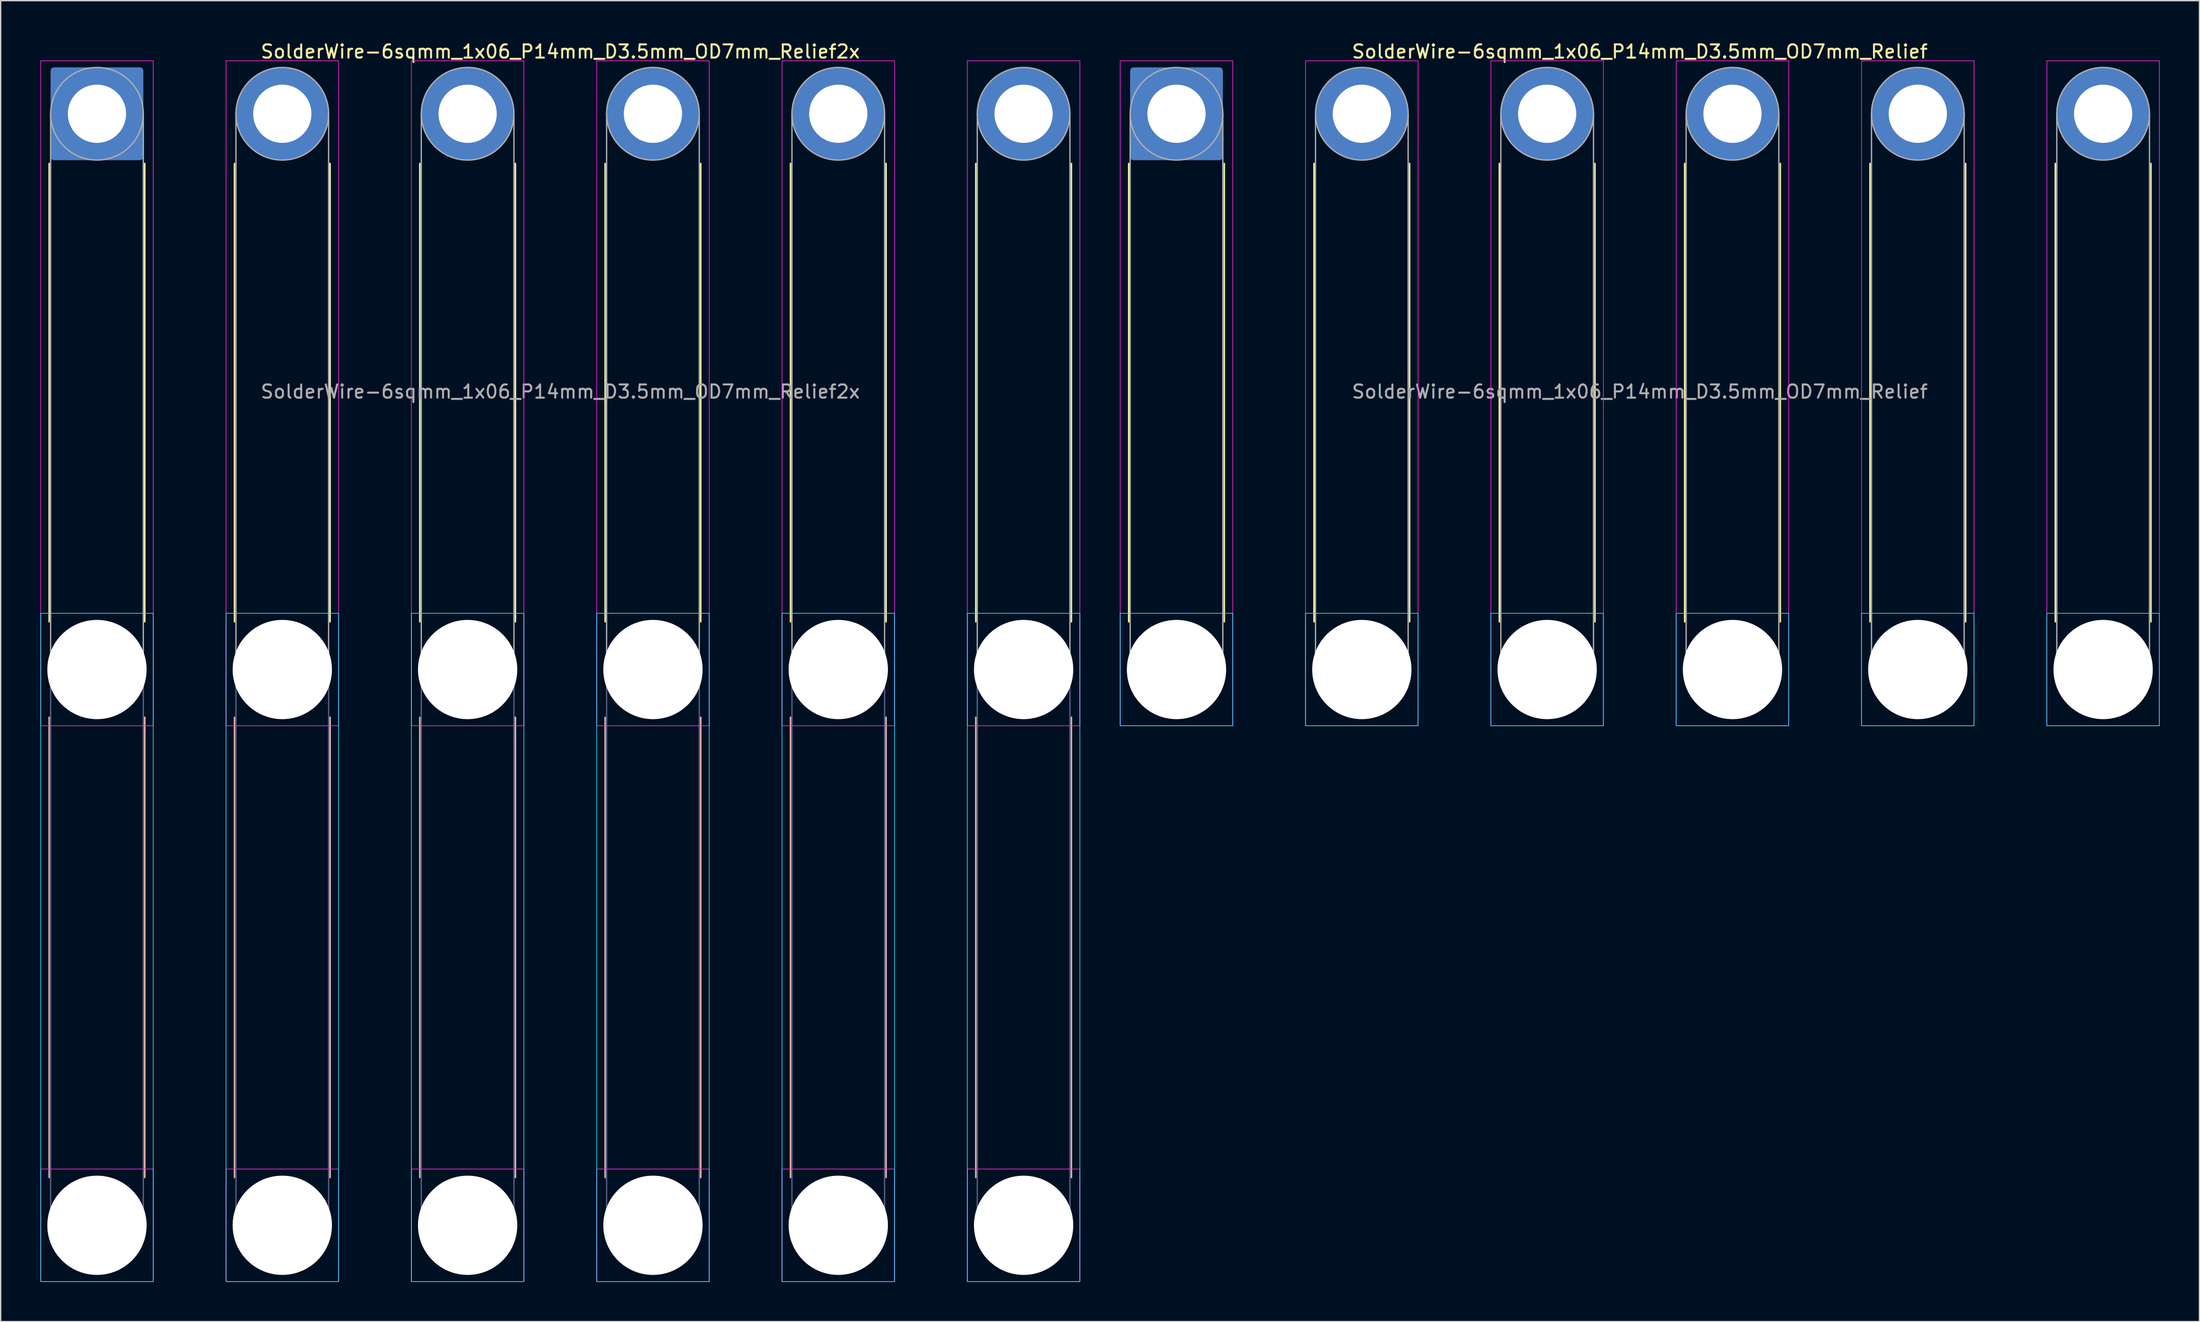
<source format=kicad_pcb>
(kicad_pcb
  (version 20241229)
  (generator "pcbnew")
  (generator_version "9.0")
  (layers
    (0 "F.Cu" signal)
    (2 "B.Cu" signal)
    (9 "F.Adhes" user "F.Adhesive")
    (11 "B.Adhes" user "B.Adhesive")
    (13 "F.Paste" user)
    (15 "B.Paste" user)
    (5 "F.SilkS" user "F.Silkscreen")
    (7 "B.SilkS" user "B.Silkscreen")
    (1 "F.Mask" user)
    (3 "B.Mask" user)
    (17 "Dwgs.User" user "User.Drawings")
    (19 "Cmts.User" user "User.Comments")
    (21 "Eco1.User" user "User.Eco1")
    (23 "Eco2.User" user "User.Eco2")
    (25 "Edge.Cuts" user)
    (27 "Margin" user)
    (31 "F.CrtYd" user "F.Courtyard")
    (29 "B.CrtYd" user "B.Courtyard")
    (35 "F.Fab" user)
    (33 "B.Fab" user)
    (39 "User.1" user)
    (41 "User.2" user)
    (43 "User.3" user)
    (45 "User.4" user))
  (footprint "SolderWire-6sqmm_1x06_P14mm_D3.5mm_OD7mm_Relief"
    (layer "F.Cu")
    (at 85.825 5.548)
    (property "Reference" "SolderWire-6sqmm_1x06_P14mm_D3.5mm_OD7mm_Relief" (at 35 -4.7 0) (layer "F.SilkS") (effects (font (size 1 1) (thickness 0.15))))
    (attr exclude_from_pos_files exclude_from_bom)
    (fp_line (start -3.61 3.76) (end -3.61 38.39) (stroke (width 0.12) (type solid)) (layer "F.SilkS"))
    (fp_line (start 3.61 3.76) (end 3.61 38.39) (stroke (width 0.12) (type solid)) (layer "F.SilkS"))
    (fp_line (start 10.39 3.76) (end 10.39 38.39) (stroke (width 0.12) (type solid)) (layer "F.SilkS"))
    (fp_line (start 17.61 3.76) (end 17.61 38.39) (stroke (width 0.12) (type solid)) (layer "F.SilkS"))
    (fp_line (start 24.39 3.76) (end 24.39 38.39) (stroke (width 0.12) (type solid)) (layer "F.SilkS"))
    (fp_line (start 31.61 3.76) (end 31.61 38.39) (stroke (width 0.12) (type solid)) (layer "F.SilkS"))
    (fp_line (start 38.39 3.76) (end 38.39 38.39) (stroke (width 0.12) (type solid)) (layer "F.SilkS"))
    (fp_line (start 45.61 3.76) (end 45.61 38.39) (stroke (width 0.12) (type solid)) (layer "F.SilkS"))
    (fp_line (start 52.39 3.76) (end 52.39 38.39) (stroke (width 0.12) (type solid)) (layer "F.SilkS"))
    (fp_line (start 59.61 3.76) (end 59.61 38.39) (stroke (width 0.12) (type solid)) (layer "F.SilkS"))
    (fp_line (start 66.39 3.76) (end 66.39 38.39) (stroke (width 0.12) (type solid)) (layer "F.SilkS"))
    (fp_line (start 73.61 3.76) (end 73.61 38.39) (stroke (width 0.12) (type solid)) (layer "F.SilkS"))
    (fp_rect (start -4.25 37.75) (end 4.25 46.25) (stroke (width 0.05) (type solid)) (fill no) (layer "B.CrtYd"))
    (fp_rect (start 9.75 37.75) (end 18.25 46.25) (stroke (width 0.05) (type solid)) (fill no) (layer "B.CrtYd"))
    (fp_rect (start 23.75 37.75) (end 32.25 46.25) (stroke (width 0.05) (type solid)) (fill no) (layer "B.CrtYd"))
    (fp_rect (start 37.75 37.75) (end 46.25 46.25) (stroke (width 0.05) (type solid)) (fill no) (layer "B.CrtYd"))
    (fp_rect (start 51.75 37.75) (end 60.25 46.25) (stroke (width 0.05) (type solid)) (fill no) (layer "B.CrtYd"))
    (fp_rect (start 65.75 37.75) (end 74.25 46.25) (stroke (width 0.05) (type solid)) (fill no) (layer "B.CrtYd"))
    (fp_rect (start -4.25 -4) (end 4.25 46.25) (stroke (width 0.05) (type solid)) (fill no) (layer "F.CrtYd"))
    (fp_rect (start 9.75 -4) (end 18.25 46.25) (stroke (width 0.05) (type solid)) (fill no) (layer "F.CrtYd"))
    (fp_rect (start 23.75 -4) (end 32.25 46.25) (stroke (width 0.05) (type solid)) (fill no) (layer "F.CrtYd"))
    (fp_rect (start 37.75 -4) (end 46.25 46.25) (stroke (width 0.05) (type solid)) (fill no) (layer "F.CrtYd"))
    (fp_rect (start 51.75 -4) (end 60.25 46.25) (stroke (width 0.05) (type solid)) (fill no) (layer "F.CrtYd"))
    (fp_rect (start 65.75 -4) (end 74.25 46.25) (stroke (width 0.05) (type solid)) (fill no) (layer "F.CrtYd"))
    (fp_line (start -3.5 0) (end -3.5 42) (stroke (width 0.1) (type solid)) (layer "F.Fab"))
    (fp_line (start 3.5 0) (end 3.5 42) (stroke (width 0.1) (type solid)) (layer "F.Fab"))
    (fp_line (start 10.5 0) (end 10.5 42) (stroke (width 0.1) (type solid)) (layer "F.Fab"))
    (fp_line (start 17.5 0) (end 17.5 42) (stroke (width 0.1) (type solid)) (layer "F.Fab"))
    (fp_line (start 24.5 0) (end 24.5 42) (stroke (width 0.1) (type solid)) (layer "F.Fab"))
    (fp_line (start 31.5 0) (end 31.5 42) (stroke (width 0.1) (type solid)) (layer "F.Fab"))
    (fp_line (start 38.5 0) (end 38.5 42) (stroke (width 0.1) (type solid)) (layer "F.Fab"))
    (fp_line (start 45.5 0) (end 45.5 42) (stroke (width 0.1) (type solid)) (layer "F.Fab"))
    (fp_line (start 52.5 0) (end 52.5 42) (stroke (width 0.1) (type solid)) (layer "F.Fab"))
    (fp_line (start 59.5 0) (end 59.5 42) (stroke (width 0.1) (type solid)) (layer "F.Fab"))
    (fp_line (start 66.5 0) (end 66.5 42) (stroke (width 0.1) (type solid)) (layer "F.Fab"))
    (fp_line (start 73.5 0) (end 73.5 42) (stroke (width 0.1) (type solid)) (layer "F.Fab"))
    (fp_circle (center 0 0) (end 3.5 0) (stroke (width 0.1) (type solid)) (fill no) (layer "F.Fab"))
    (fp_circle (center 0 42) (end 3.5 42) (stroke (width 0.1) (type solid)) (fill no) (layer "F.Fab"))
    (fp_circle (center 14 0) (end 17.5 0) (stroke (width 0.1) (type solid)) (fill no) (layer "F.Fab"))
    (fp_circle (center 14 42) (end 17.5 42) (stroke (width 0.1) (type solid)) (fill no) (layer "F.Fab"))
    (fp_circle (center 28 0) (end 31.5 0) (stroke (width 0.1) (type solid)) (fill no) (layer "F.Fab"))
    (fp_circle (center 28 42) (end 31.5 42) (stroke (width 0.1) (type solid)) (fill no) (layer "F.Fab"))
    (fp_circle (center 42 0) (end 45.5 0) (stroke (width 0.1) (type solid)) (fill no) (layer "F.Fab"))
    (fp_circle (center 42 42) (end 45.5 42) (stroke (width 0.1) (type solid)) (fill no) (layer "F.Fab"))
    (fp_circle (center 56 0) (end 59.5 0) (stroke (width 0.1) (type solid)) (fill no) (layer "F.Fab"))
    (fp_circle (center 56 42) (end 59.5 42) (stroke (width 0.1) (type solid)) (fill no) (layer "F.Fab"))
    (fp_circle (center 70 0) (end 73.5 0) (stroke (width 0.1) (type solid)) (fill no) (layer "F.Fab"))
    (fp_circle (center 70 42) (end 73.5 42) (stroke (width 0.1) (type solid)) (fill no) (layer "F.Fab"))
    (fp_text user "${REFERENCE}" (at 35 21 0) (layer "F.Fab") (effects (font (size 1 1) (thickness 0.15))))
    (pad "" np_thru_hole circle (at 0 42) (size 7.5 7.5) (drill 7.5) (layers "*.Cu" "*.Mask"))
    (pad "" np_thru_hole circle (at 14 42) (size 7.5 7.5) (drill 7.5) (layers "*.Cu" "*.Mask"))
    (pad "" np_thru_hole circle (at 28 42) (size 7.5 7.5) (drill 7.5) (layers "*.Cu" "*.Mask"))
    (pad "" np_thru_hole circle (at 42 42) (size 7.5 7.5) (drill 7.5) (layers "*.Cu" "*.Mask"))
    (pad "" np_thru_hole circle (at 56 42) (size 7.5 7.5) (drill 7.5) (layers "*.Cu" "*.Mask"))
    (pad "" np_thru_hole circle (at 70 42) (size 7.5 7.5) (drill 7.5) (layers "*.Cu" "*.Mask"))
    (pad "1" thru_hole roundrect (at 0 0) (size 7 7) (drill 4.4) (layers "*.Cu" "*.Mask") (roundrect_rratio 0.036))
    (pad "2" thru_hole circle (at 14 0) (size 7 7) (drill 4.4) (layers "*.Cu" "*.Mask"))
    (pad "3" thru_hole circle (at 28 0) (size 7 7) (drill 4.4) (layers "*.Cu" "*.Mask"))
    (pad "4" thru_hole circle (at 42 0) (size 7 7) (drill 4.4) (layers "*.Cu" "*.Mask"))
    (pad "5" thru_hole circle (at 56 0) (size 7 7) (drill 4.4) (layers "*.Cu" "*.Mask"))
    (pad "6" thru_hole circle (at 70 0) (size 7 7) (drill 4.4) (layers "*.Cu" "*.Mask")))
  (footprint "SolderWire-6sqmm_1x06_P14mm_D3.5mm_OD7mm_Relief2x"
    (layer "F.Cu")
    (at 4.275 5.548)
    (property "Reference" "SolderWire-6sqmm_1x06_P14mm_D3.5mm_OD7mm_Relief2x" (at 35 -4.7 0) (layer "F.SilkS") (effects (font (size 1 1) (thickness 0.15))))
    (attr exclude_from_pos_files exclude_from_bom)
    (fp_line (start -3.61 3.76) (end -3.61 38.39) (stroke (width 0.12) (type solid)) (layer "F.SilkS"))
    (fp_line (start 3.61 3.76) (end 3.61 38.39) (stroke (width 0.12) (type solid)) (layer "F.SilkS"))
    (fp_line (start 10.39 3.76) (end 10.39 38.39) (stroke (width 0.12) (type solid)) (layer "F.SilkS"))
    (fp_line (start 17.61 3.76) (end 17.61 38.39) (stroke (width 0.12) (type solid)) (layer "F.SilkS"))
    (fp_line (start 24.39 3.76) (end 24.39 38.39) (stroke (width 0.12) (type solid)) (layer "F.SilkS"))
    (fp_line (start 31.61 3.76) (end 31.61 38.39) (stroke (width 0.12) (type solid)) (layer "F.SilkS"))
    (fp_line (start 38.39 3.76) (end 38.39 38.39) (stroke (width 0.12) (type solid)) (layer "F.SilkS"))
    (fp_line (start 45.61 3.76) (end 45.61 38.39) (stroke (width 0.12) (type solid)) (layer "F.SilkS"))
    (fp_line (start 52.39 3.76) (end 52.39 38.39) (stroke (width 0.12) (type solid)) (layer "F.SilkS"))
    (fp_line (start 59.61 3.76) (end 59.61 38.39) (stroke (width 0.12) (type solid)) (layer "F.SilkS"))
    (fp_line (start 66.39 3.76) (end 66.39 38.39) (stroke (width 0.12) (type solid)) (layer "F.SilkS"))
    (fp_line (start 73.61 3.76) (end 73.61 38.39) (stroke (width 0.12) (type solid)) (layer "F.SilkS"))
    (fp_line (start -3.61 45.61) (end -3.61 80.39) (stroke (width 0.12) (type solid)) (layer "B.SilkS"))
    (fp_line (start 3.61 45.61) (end 3.61 80.39) (stroke (width 0.12) (type solid)) (layer "B.SilkS"))
    (fp_line (start 10.39 45.61) (end 10.39 80.39) (stroke (width 0.12) (type solid)) (layer "B.SilkS"))
    (fp_line (start 17.61 45.61) (end 17.61 80.39) (stroke (width 0.12) (type solid)) (layer "B.SilkS"))
    (fp_line (start 24.39 45.61) (end 24.39 80.39) (stroke (width 0.12) (type solid)) (layer "B.SilkS"))
    (fp_line (start 31.61 45.61) (end 31.61 80.39) (stroke (width 0.12) (type solid)) (layer "B.SilkS"))
    (fp_line (start 38.39 45.61) (end 38.39 80.39) (stroke (width 0.12) (type solid)) (layer "B.SilkS"))
    (fp_line (start 45.61 45.61) (end 45.61 80.39) (stroke (width 0.12) (type solid)) (layer "B.SilkS"))
    (fp_line (start 52.39 45.61) (end 52.39 80.39) (stroke (width 0.12) (type solid)) (layer "B.SilkS"))
    (fp_line (start 59.61 45.61) (end 59.61 80.39) (stroke (width 0.12) (type solid)) (layer "B.SilkS"))
    (fp_line (start 66.39 45.61) (end 66.39 80.39) (stroke (width 0.12) (type solid)) (layer "B.SilkS"))
    (fp_line (start 73.61 45.61) (end 73.61 80.39) (stroke (width 0.12) (type solid)) (layer "B.SilkS"))
    (fp_rect (start -4.25 37.75) (end 4.25 88.25) (stroke (width 0.05) (type solid)) (fill no) (layer "B.CrtYd"))
    (fp_rect (start 9.75 37.75) (end 18.25 88.25) (stroke (width 0.05) (type solid)) (fill no) (layer "B.CrtYd"))
    (fp_rect (start 23.75 37.75) (end 32.25 88.25) (stroke (width 0.05) (type solid)) (fill no) (layer "B.CrtYd"))
    (fp_rect (start 37.75 37.75) (end 46.25 88.25) (stroke (width 0.05) (type solid)) (fill no) (layer "B.CrtYd"))
    (fp_rect (start 51.75 37.75) (end 60.25 88.25) (stroke (width 0.05) (type solid)) (fill no) (layer "B.CrtYd"))
    (fp_rect (start 65.75 37.75) (end 74.25 88.25) (stroke (width 0.05) (type solid)) (fill no) (layer "B.CrtYd"))
    (fp_rect (start -4.25 -4) (end 4.25 46.25) (stroke (width 0.05) (type solid)) (fill no) (layer "F.CrtYd"))
    (fp_rect (start -4.25 79.75) (end 4.25 88.25) (stroke (width 0.05) (type solid)) (fill no) (layer "F.CrtYd"))
    (fp_rect (start 9.75 -4) (end 18.25 46.25) (stroke (width 0.05) (type solid)) (fill no) (layer "F.CrtYd"))
    (fp_rect (start 9.75 79.75) (end 18.25 88.25) (stroke (width 0.05) (type solid)) (fill no) (layer "F.CrtYd"))
    (fp_rect (start 23.75 -4) (end 32.25 46.25) (stroke (width 0.05) (type solid)) (fill no) (layer "F.CrtYd"))
    (fp_rect (start 23.75 79.75) (end 32.25 88.25) (stroke (width 0.05) (type solid)) (fill no) (layer "F.CrtYd"))
    (fp_rect (start 37.75 -4) (end 46.25 46.25) (stroke (width 0.05) (type solid)) (fill no) (layer "F.CrtYd"))
    (fp_rect (start 37.75 79.75) (end 46.25 88.25) (stroke (width 0.05) (type solid)) (fill no) (layer "F.CrtYd"))
    (fp_rect (start 51.75 -4) (end 60.25 46.25) (stroke (width 0.05) (type solid)) (fill no) (layer "F.CrtYd"))
    (fp_rect (start 51.75 79.75) (end 60.25 88.25) (stroke (width 0.05) (type solid)) (fill no) (layer "F.CrtYd"))
    (fp_rect (start 65.75 -4) (end 74.25 46.25) (stroke (width 0.05) (type solid)) (fill no) (layer "F.CrtYd"))
    (fp_rect (start 65.75 79.75) (end 74.25 88.25) (stroke (width 0.05) (type solid)) (fill no) (layer "F.CrtYd"))
    (fp_line (start -3.5 42) (end -3.5 84) (stroke (width 0.1) (type solid)) (layer "B.Fab"))
    (fp_line (start 3.5 42) (end 3.5 84) (stroke (width 0.1) (type solid)) (layer "B.Fab"))
    (fp_line (start 10.5 42) (end 10.5 84) (stroke (width 0.1) (type solid)) (layer "B.Fab"))
    (fp_line (start 17.5 42) (end 17.5 84) (stroke (width 0.1) (type solid)) (layer "B.Fab"))
    (fp_line (start 24.5 42) (end 24.5 84) (stroke (width 0.1) (type solid)) (layer "B.Fab"))
    (fp_line (start 31.5 42) (end 31.5 84) (stroke (width 0.1) (type solid)) (layer "B.Fab"))
    (fp_line (start 38.5 42) (end 38.5 84) (stroke (width 0.1) (type solid)) (layer "B.Fab"))
    (fp_line (start 45.5 42) (end 45.5 84) (stroke (width 0.1) (type solid)) (layer "B.Fab"))
    (fp_line (start 52.5 42) (end 52.5 84) (stroke (width 0.1) (type solid)) (layer "B.Fab"))
    (fp_line (start 59.5 42) (end 59.5 84) (stroke (width 0.1) (type solid)) (layer "B.Fab"))
    (fp_line (start 66.5 42) (end 66.5 84) (stroke (width 0.1) (type solid)) (layer "B.Fab"))
    (fp_line (start 73.5 42) (end 73.5 84) (stroke (width 0.1) (type solid)) (layer "B.Fab"))
    (fp_circle (center 0 42) (end 3.5 42) (stroke (width 0.1) (type solid)) (fill no) (layer "B.Fab"))
    (fp_circle (center 0 84) (end 3.5 84) (stroke (width 0.1) (type solid)) (fill no) (layer "B.Fab"))
    (fp_circle (center 14 42) (end 17.5 42) (stroke (width 0.1) (type solid)) (fill no) (layer "B.Fab"))
    (fp_circle (center 14 84) (end 17.5 84) (stroke (width 0.1) (type solid)) (fill no) (layer "B.Fab"))
    (fp_circle (center 28 42) (end 31.5 42) (stroke (width 0.1) (type solid)) (fill no) (layer "B.Fab"))
    (fp_circle (center 28 84) (end 31.5 84) (stroke (width 0.1) (type solid)) (fill no) (layer "B.Fab"))
    (fp_circle (center 42 42) (end 45.5 42) (stroke (width 0.1) (type solid)) (fill no) (layer "B.Fab"))
    (fp_circle (center 42 84) (end 45.5 84) (stroke (width 0.1) (type solid)) (fill no) (layer "B.Fab"))
    (fp_circle (center 56 42) (end 59.5 42) (stroke (width 0.1) (type solid)) (fill no) (layer "B.Fab"))
    (fp_circle (center 56 84) (end 59.5 84) (stroke (width 0.1) (type solid)) (fill no) (layer "B.Fab"))
    (fp_circle (center 70 42) (end 73.5 42) (stroke (width 0.1) (type solid)) (fill no) (layer "B.Fab"))
    (fp_circle (center 70 84) (end 73.5 84) (stroke (width 0.1) (type solid)) (fill no) (layer "B.Fab"))
    (fp_line (start -3.5 0) (end -3.5 42) (stroke (width 0.1) (type solid)) (layer "F.Fab"))
    (fp_line (start 3.5 0) (end 3.5 42) (stroke (width 0.1) (type solid)) (layer "F.Fab"))
    (fp_line (start 10.5 0) (end 10.5 42) (stroke (width 0.1) (type solid)) (layer "F.Fab"))
    (fp_line (start 17.5 0) (end 17.5 42) (stroke (width 0.1) (type solid)) (layer "F.Fab"))
    (fp_line (start 24.5 0) (end 24.5 42) (stroke (width 0.1) (type solid)) (layer "F.Fab"))
    (fp_line (start 31.5 0) (end 31.5 42) (stroke (width 0.1) (type solid)) (layer "F.Fab"))
    (fp_line (start 38.5 0) (end 38.5 42) (stroke (width 0.1) (type solid)) (layer "F.Fab"))
    (fp_line (start 45.5 0) (end 45.5 42) (stroke (width 0.1) (type solid)) (layer "F.Fab"))
    (fp_line (start 52.5 0) (end 52.5 42) (stroke (width 0.1) (type solid)) (layer "F.Fab"))
    (fp_line (start 59.5 0) (end 59.5 42) (stroke (width 0.1) (type solid)) (layer "F.Fab"))
    (fp_line (start 66.5 0) (end 66.5 42) (stroke (width 0.1) (type solid)) (layer "F.Fab"))
    (fp_line (start 73.5 0) (end 73.5 42) (stroke (width 0.1) (type solid)) (layer "F.Fab"))
    (fp_circle (center 0 0) (end 3.5 0) (stroke (width 0.1) (type solid)) (fill no) (layer "F.Fab"))
    (fp_circle (center 0 42) (end 3.5 42) (stroke (width 0.1) (type solid)) (fill no) (layer "F.Fab"))
    (fp_circle (center 0 84) (end 3.5 84) (stroke (width 0.1) (type solid)) (fill no) (layer "F.Fab"))
    (fp_circle (center 14 0) (end 17.5 0) (stroke (width 0.1) (type solid)) (fill no) (layer "F.Fab"))
    (fp_circle (center 14 42) (end 17.5 42) (stroke (width 0.1) (type solid)) (fill no) (layer "F.Fab"))
    (fp_circle (center 14 84) (end 17.5 84) (stroke (width 0.1) (type solid)) (fill no) (layer "F.Fab"))
    (fp_circle (center 28 0) (end 31.5 0) (stroke (width 0.1) (type solid)) (fill no) (layer "F.Fab"))
    (fp_circle (center 28 42) (end 31.5 42) (stroke (width 0.1) (type solid)) (fill no) (layer "F.Fab"))
    (fp_circle (center 28 84) (end 31.5 84) (stroke (width 0.1) (type solid)) (fill no) (layer "F.Fab"))
    (fp_circle (center 42 0) (end 45.5 0) (stroke (width 0.1) (type solid)) (fill no) (layer "F.Fab"))
    (fp_circle (center 42 42) (end 45.5 42) (stroke (width 0.1) (type solid)) (fill no) (layer "F.Fab"))
    (fp_circle (center 42 84) (end 45.5 84) (stroke (width 0.1) (type solid)) (fill no) (layer "F.Fab"))
    (fp_circle (center 56 0) (end 59.5 0) (stroke (width 0.1) (type solid)) (fill no) (layer "F.Fab"))
    (fp_circle (center 56 42) (end 59.5 42) (stroke (width 0.1) (type solid)) (fill no) (layer "F.Fab"))
    (fp_circle (center 56 84) (end 59.5 84) (stroke (width 0.1) (type solid)) (fill no) (layer "F.Fab"))
    (fp_circle (center 70 0) (end 73.5 0) (stroke (width 0.1) (type solid)) (fill no) (layer "F.Fab"))
    (fp_circle (center 70 42) (end 73.5 42) (stroke (width 0.1) (type solid)) (fill no) (layer "F.Fab"))
    (fp_circle (center 70 84) (end 73.5 84) (stroke (width 0.1) (type solid)) (fill no) (layer "F.Fab"))
    (fp_text user "${REFERENCE}" (at 35 21 0) (layer "F.Fab") (effects (font (size 1 1) (thickness 0.15))))
    (pad "" np_thru_hole circle (at 0 42) (size 7.5 7.5) (drill 7.5) (layers "*.Cu" "*.Mask"))
    (pad "" np_thru_hole circle (at 0 84) (size 7.5 7.5) (drill 7.5) (layers "*.Cu" "*.Mask"))
    (pad "" np_thru_hole circle (at 14 42) (size 7.5 7.5) (drill 7.5) (layers "*.Cu" "*.Mask"))
    (pad "" np_thru_hole circle (at 14 84) (size 7.5 7.5) (drill 7.5) (layers "*.Cu" "*.Mask"))
    (pad "" np_thru_hole circle (at 28 42) (size 7.5 7.5) (drill 7.5) (layers "*.Cu" "*.Mask"))
    (pad "" np_thru_hole circle (at 28 84) (size 7.5 7.5) (drill 7.5) (layers "*.Cu" "*.Mask"))
    (pad "" np_thru_hole circle (at 42 42) (size 7.5 7.5) (drill 7.5) (layers "*.Cu" "*.Mask"))
    (pad "" np_thru_hole circle (at 42 84) (size 7.5 7.5) (drill 7.5) (layers "*.Cu" "*.Mask"))
    (pad "" np_thru_hole circle (at 56 42) (size 7.5 7.5) (drill 7.5) (layers "*.Cu" "*.Mask"))
    (pad "" np_thru_hole circle (at 56 84) (size 7.5 7.5) (drill 7.5) (layers "*.Cu" "*.Mask"))
    (pad "" np_thru_hole circle (at 70 42) (size 7.5 7.5) (drill 7.5) (layers "*.Cu" "*.Mask"))
    (pad "" np_thru_hole circle (at 70 84) (size 7.5 7.5) (drill 7.5) (layers "*.Cu" "*.Mask"))
    (pad "1" thru_hole roundrect (at 0 0) (size 7 7) (drill 4.4) (layers "*.Cu" "*.Mask") (roundrect_rratio 0.036))
    (pad "2" thru_hole circle (at 14 0) (size 7 7) (drill 4.4) (layers "*.Cu" "*.Mask"))
    (pad "3" thru_hole circle (at 28 0) (size 7 7) (drill 4.4) (layers "*.Cu" "*.Mask"))
    (pad "4" thru_hole circle (at 42 0) (size 7 7) (drill 4.4) (layers "*.Cu" "*.Mask"))
    (pad "5" thru_hole circle (at 56 0) (size 7 7) (drill 4.4) (layers "*.Cu" "*.Mask"))
    (pad "6" thru_hole circle (at 70 0) (size 7 7) (drill 4.4) (layers "*.Cu" "*.Mask")))
  (gr_rect
    (start -3 -3)
    (end 163.1 96.823)
    (stroke (width 0.1) (type default))
    (fill no)
    (layer "Edge.Cuts")))
</source>
